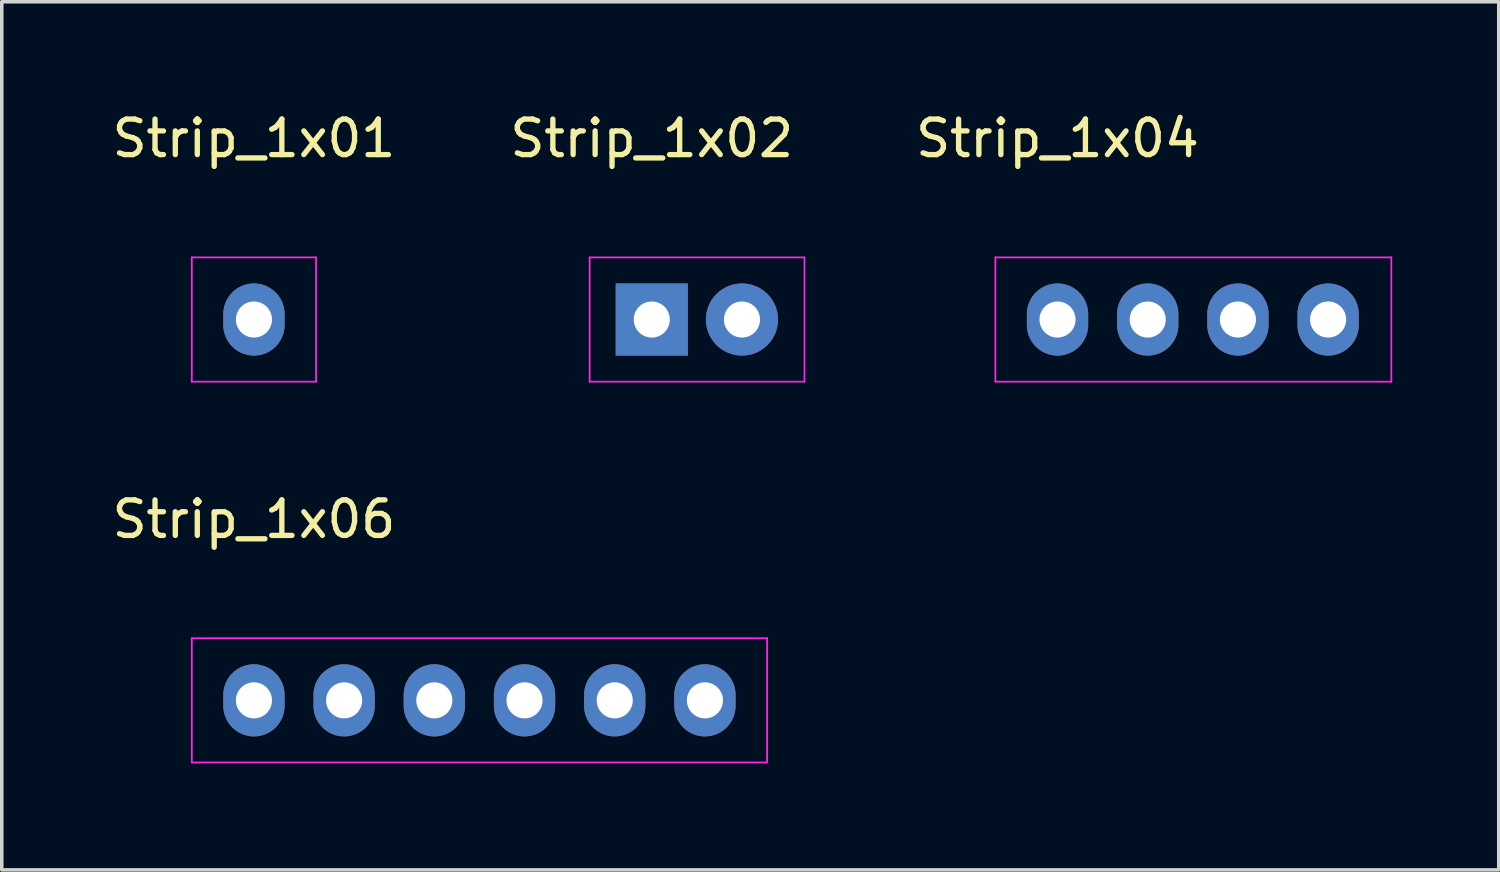
<source format=kicad_pcb>
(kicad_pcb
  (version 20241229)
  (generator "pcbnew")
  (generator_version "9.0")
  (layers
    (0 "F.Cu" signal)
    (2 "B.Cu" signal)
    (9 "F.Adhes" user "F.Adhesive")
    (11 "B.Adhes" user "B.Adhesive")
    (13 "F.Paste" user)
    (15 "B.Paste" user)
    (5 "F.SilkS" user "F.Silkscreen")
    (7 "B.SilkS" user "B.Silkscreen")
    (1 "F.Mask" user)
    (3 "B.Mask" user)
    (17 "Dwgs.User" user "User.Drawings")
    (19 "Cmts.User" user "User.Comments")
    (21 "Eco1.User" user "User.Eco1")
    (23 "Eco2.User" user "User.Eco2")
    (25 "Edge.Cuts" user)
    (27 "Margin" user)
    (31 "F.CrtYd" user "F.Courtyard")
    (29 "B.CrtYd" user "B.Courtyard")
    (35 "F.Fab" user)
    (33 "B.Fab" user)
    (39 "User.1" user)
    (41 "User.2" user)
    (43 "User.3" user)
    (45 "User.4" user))
  (footprint "Strip_1x02"
    (layer "F.Cu")
    (at 15.304 5.948)
    (property "Reference" "Strip_1x02" (at 0 -5.1 0) (layer "F.SilkS") (effects (font (size 1 1) (thickness 0.15))))
    (attr through_hole)
    (fp_line (start -1.75 -1.75) (end -1.75 1.75) (stroke (width 0.05) (type solid)) (layer "F.CrtYd"))
    (fp_line (start -1.75 -1.75) (end 4.3 -1.75) (stroke (width 0.05) (type solid)) (layer "F.CrtYd"))
    (fp_line (start -1.75 1.75) (end 4.3 1.75) (stroke (width 0.05) (type solid)) (layer "F.CrtYd"))
    (fp_line (start 4.3 -1.75) (end 4.3 1.75) (stroke (width 0.05) (type solid)) (layer "F.CrtYd"))
    (pad "1" thru_hole rect (at 0 0) (size 2.032 2.032) (drill 1.016) (layers "*.Cu" "*.Mask"))
    (pad "2" thru_hole oval (at 2.54 0) (size 2.032 2.032) (drill 1.016) (layers "*.Cu" "*.Mask")))
  (footprint "Strip_1x06"
    (layer "F.Cu")
    (at 4.101 16.672)
    (property "Reference" "Strip_1x06" (at 0 -5.1 0) (layer "F.SilkS") (effects (font (size 1 1) (thickness 0.15))))
    (attr through_hole)
    (fp_line (start -1.75 -1.75) (end -1.75 1.75) (stroke (width 0.05) (type solid)) (layer "F.CrtYd"))
    (fp_line (start -1.75 -1.75) (end 14.45 -1.75) (stroke (width 0.05) (type solid)) (layer "F.CrtYd"))
    (fp_line (start -1.75 1.75) (end 14.45 1.75) (stroke (width 0.05) (type solid)) (layer "F.CrtYd"))
    (fp_line (start 14.45 -1.75) (end 14.45 1.75) (stroke (width 0.05) (type solid)) (layer "F.CrtYd"))
    (pad "1" thru_hole oval (at 0 0) (size 1.727 2.032) (drill 1.016) (layers "*.Cu" "*.Mask"))
    (pad "2" thru_hole oval (at 2.54 0) (size 1.727 2.032) (drill 1.016) (layers "*.Cu" "*.Mask"))
    (pad "3" thru_hole oval (at 5.08 0) (size 1.727 2.032) (drill 1.016) (layers "*.Cu" "*.Mask"))
    (pad "4" thru_hole oval (at 7.62 0) (size 1.727 2.032) (drill 1.016) (layers "*.Cu" "*.Mask"))
    (pad "5" thru_hole oval (at 10.16 0) (size 1.727 2.032) (drill 1.016) (layers "*.Cu" "*.Mask"))
    (pad "6" thru_hole oval (at 12.7 0) (size 1.727 2.032) (drill 1.016) (layers "*.Cu" "*.Mask")))
  (footprint "Strip_1x04"
    (layer "F.Cu")
    (at 26.73 5.948)
    (property "Reference" "Strip_1x04" (at 0 -5.1 0) (layer "F.SilkS") (effects (font (size 1 1) (thickness 0.15))))
    (attr through_hole)
    (fp_line (start -1.75 -1.75) (end -1.75 1.75) (stroke (width 0.05) (type solid)) (layer "F.CrtYd"))
    (fp_line (start -1.75 -1.75) (end 9.4 -1.75) (stroke (width 0.05) (type solid)) (layer "F.CrtYd"))
    (fp_line (start -1.75 1.75) (end 9.4 1.75) (stroke (width 0.05) (type solid)) (layer "F.CrtYd"))
    (fp_line (start 9.4 -1.75) (end 9.4 1.75) (stroke (width 0.05) (type solid)) (layer "F.CrtYd"))
    (pad "1" thru_hole oval (at 0 0) (size 1.727 2.032) (drill 1.016) (layers "*.Cu" "*.Mask"))
    (pad "2" thru_hole oval (at 2.54 0) (size 1.727 2.032) (drill 1.016) (layers "*.Cu" "*.Mask"))
    (pad "3" thru_hole oval (at 5.08 0) (size 1.727 2.032) (drill 1.016) (layers "*.Cu" "*.Mask"))
    (pad "4" thru_hole oval (at 7.62 0) (size 1.727 2.032) (drill 1.016) (layers "*.Cu" "*.Mask")))
  (footprint "Strip_1x01"
    (layer "F.Cu")
    (at 4.101 5.948)
    (property "Reference" "Strip_1x01" (at 0 -5.1 0) (layer "F.SilkS") (effects (font (size 1 1) (thickness 0.15))))
    (attr through_hole)
    (fp_line (start -1.75 -1.75) (end -1.75 1.75) (stroke (width 0.05) (type solid)) (layer "F.CrtYd"))
    (fp_line (start -1.75 -1.75) (end 1.75 -1.75) (stroke (width 0.05) (type solid)) (layer "F.CrtYd"))
    (fp_line (start -1.75 1.75) (end 1.75 1.75) (stroke (width 0.05) (type solid)) (layer "F.CrtYd"))
    (fp_line (start 1.75 -1.75) (end 1.75 1.75) (stroke (width 0.05) (type solid)) (layer "F.CrtYd"))
    (pad "1" thru_hole oval (at 0 0) (size 1.727 2.032) (drill 1.016) (layers "*.Cu" "*.Mask")))
  (gr_rect
    (start -3 -3)
    (end 39.155 21.447)
    (stroke (width 0.1) (type default))
    (fill no)
    (layer "Edge.Cuts")))
</source>
